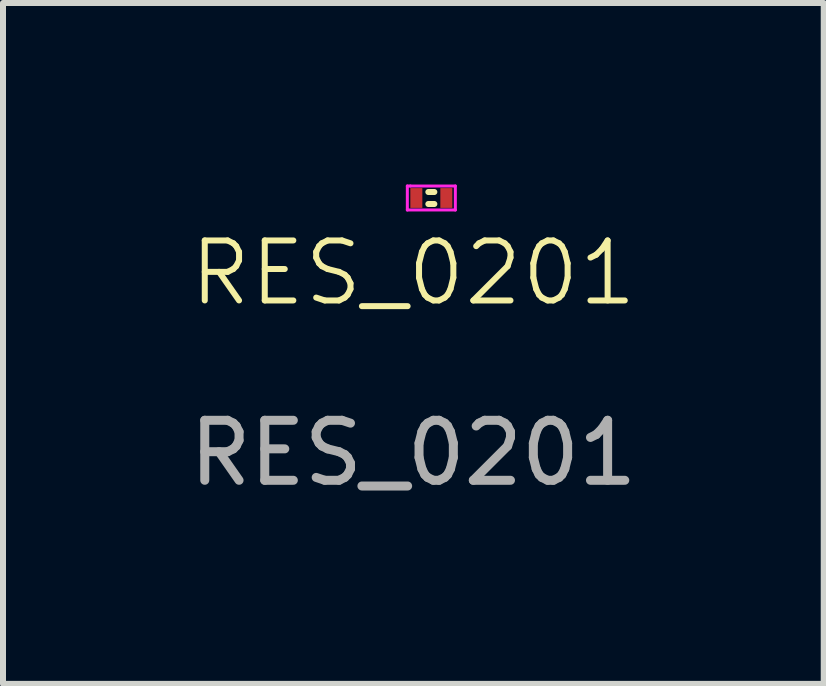
<source format=kicad_pcb>
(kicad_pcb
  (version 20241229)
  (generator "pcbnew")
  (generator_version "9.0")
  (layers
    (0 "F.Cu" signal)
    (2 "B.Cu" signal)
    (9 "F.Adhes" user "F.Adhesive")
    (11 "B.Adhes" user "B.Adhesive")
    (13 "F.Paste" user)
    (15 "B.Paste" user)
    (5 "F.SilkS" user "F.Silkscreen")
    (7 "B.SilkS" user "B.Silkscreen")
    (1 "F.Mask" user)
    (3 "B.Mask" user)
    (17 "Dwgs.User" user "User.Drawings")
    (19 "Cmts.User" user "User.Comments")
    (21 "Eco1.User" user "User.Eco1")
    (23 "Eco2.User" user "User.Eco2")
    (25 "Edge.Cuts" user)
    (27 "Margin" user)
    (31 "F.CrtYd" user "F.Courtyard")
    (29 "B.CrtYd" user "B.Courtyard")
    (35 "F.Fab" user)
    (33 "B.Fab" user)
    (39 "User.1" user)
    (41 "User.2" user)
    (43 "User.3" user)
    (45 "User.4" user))
  (footprint "RES_0201"
    (layer "F.Cu")
    (at 3.989 0.25)
    (property "Reference" "RES_0201" (at -0.15 1.25 0) (unlocked yes) (layer "F.SilkS") (effects (font (size 1 1) (thickness 0.1))))
    (attr smd)
    (fp_line (start 0.1 -0.1) (end 0.2 -0.1) (stroke (width 0.1) (type default)) (layer "F.SilkS"))
    (fp_line (start 0.1 0.1) (end 0.2 0.1) (stroke (width 0.1) (type default)) (layer "F.SilkS"))
    (fp_line (start -0.25 -0.2) (end -0.2 -0.2) (stroke (width 0.05) (type default)) (layer "F.CrtYd"))
    (fp_line (start -0.25 0.2) (end -0.25 -0.2) (stroke (width 0.05) (type default)) (layer "F.CrtYd"))
    (fp_line (start -0.2 -0.2) (end 0.55 -0.2) (stroke (width 0.05) (type default)) (layer "F.CrtYd"))
    (fp_line (start 0.55 -0.2) (end 0.55 0.2) (stroke (width 0.05) (type default)) (layer "F.CrtYd"))
    (fp_line (start 0.55 0.2) (end -0.25 0.2) (stroke (width 0.05) (type default)) (layer "F.CrtYd"))
    (fp_text user "${REFERENCE}" (at -0.15 4.25 0) (unlocked yes) (layer "F.Fab") (effects (font (size 1 1) (thickness 0.15))))
    (pad "1" smd rect (at -0.1 0) (size 0.2 0.33) (layers "F.Cu" "F.Mask" "F.Paste"))
    (pad "2" smd rect (at 0.4 0) (size 0.2 0.33) (layers "F.Cu" "F.Mask" "F.Paste")))
  (gr_rect
    (start -3 -3)
    (end 10.679 8.348)
    (stroke (width 0.1) (type default))
    (fill no)
    (layer "Edge.Cuts")))
</source>
